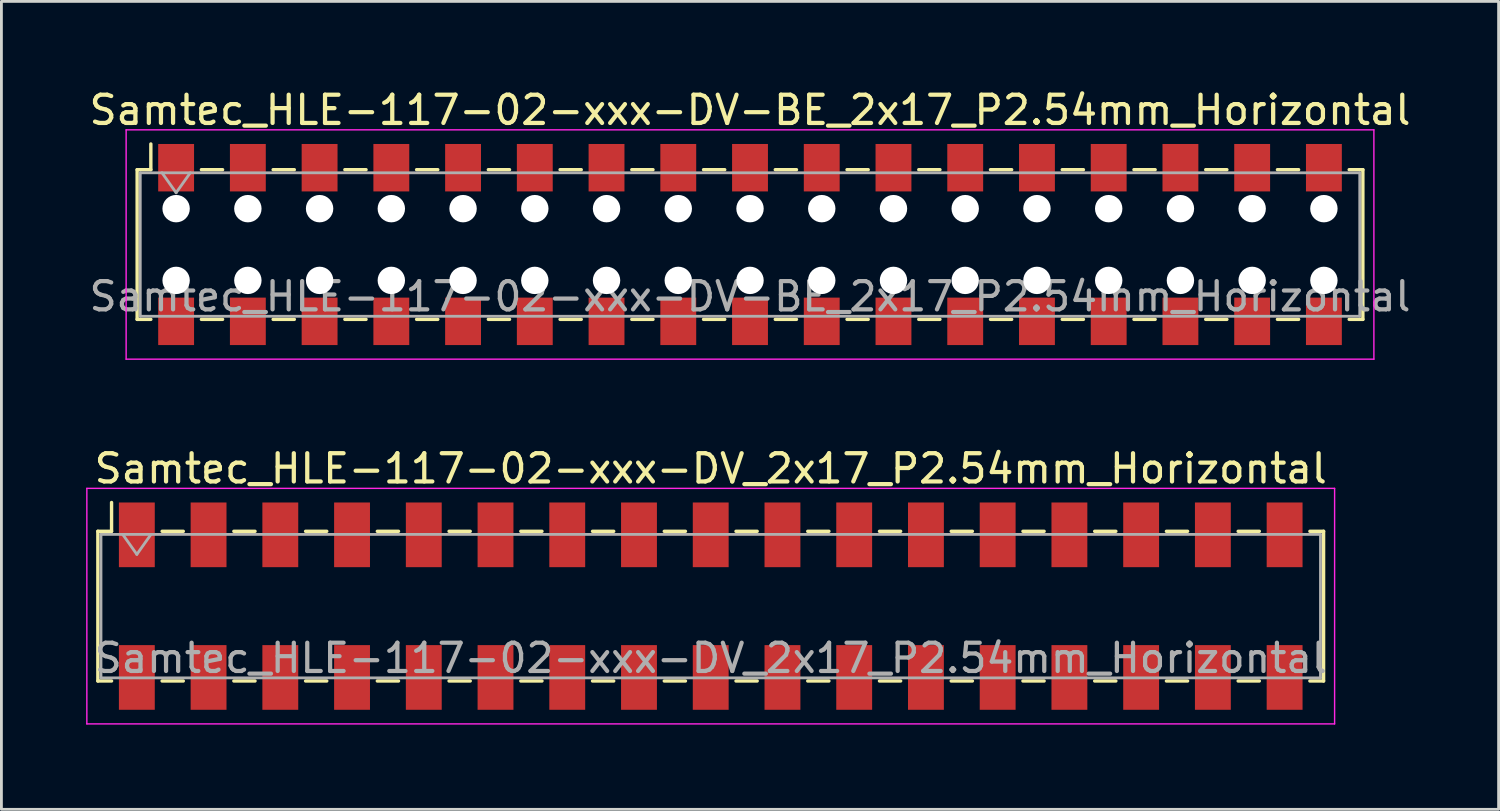
<source format=kicad_pcb>
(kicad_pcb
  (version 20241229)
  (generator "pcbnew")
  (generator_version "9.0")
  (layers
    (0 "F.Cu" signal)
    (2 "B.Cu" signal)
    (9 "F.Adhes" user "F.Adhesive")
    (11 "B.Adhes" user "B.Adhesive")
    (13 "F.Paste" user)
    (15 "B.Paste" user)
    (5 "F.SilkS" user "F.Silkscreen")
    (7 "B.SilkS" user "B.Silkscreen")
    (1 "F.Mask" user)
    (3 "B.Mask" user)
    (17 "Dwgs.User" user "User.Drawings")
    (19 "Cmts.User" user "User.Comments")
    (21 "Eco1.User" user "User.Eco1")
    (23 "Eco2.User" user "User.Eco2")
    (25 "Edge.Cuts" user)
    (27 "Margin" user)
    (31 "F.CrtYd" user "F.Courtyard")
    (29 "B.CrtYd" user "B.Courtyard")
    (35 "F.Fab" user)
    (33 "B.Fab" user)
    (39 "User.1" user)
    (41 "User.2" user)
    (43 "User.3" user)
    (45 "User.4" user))
  (footprint "Samtec_HLE-117-02-xxx-DV-BE_2x17_P2.54mm_Horizontal"
    (layer "F.Cu")
    (at 23.506 5.608)
    (property "Reference" "Samtec_HLE-117-02-xxx-DV-BE_2x17_P2.54mm_Horizontal" (at 0 -4.76 0) (layer "F.SilkS") (effects (font (size 1 1) (thickness 0.15))))
    (attr smd)
    (fp_line (start -21.7 -2.65) (end -21.7 2.65) (stroke (width 0.12) (type solid)) (layer "F.SilkS"))
    (fp_line (start -21.7 2.65) (end -21.215 2.65) (stroke (width 0.12) (type solid)) (layer "F.SilkS"))
    (fp_line (start -21.215 -3.56) (end -21.215 -2.65) (stroke (width 0.12) (type solid)) (layer "F.SilkS"))
    (fp_line (start -21.215 -2.65) (end -21.7 -2.65) (stroke (width 0.12) (type solid)) (layer "F.SilkS"))
    (fp_line (start -19.425 -2.65) (end -18.675 -2.65) (stroke (width 0.12) (type solid)) (layer "F.SilkS"))
    (fp_line (start -19.425 2.65) (end -18.675 2.65) (stroke (width 0.12) (type solid)) (layer "F.SilkS"))
    (fp_line (start -16.885 -2.65) (end -16.135 -2.65) (stroke (width 0.12) (type solid)) (layer "F.SilkS"))
    (fp_line (start -16.885 2.65) (end -16.135 2.65) (stroke (width 0.12) (type solid)) (layer "F.SilkS"))
    (fp_line (start -14.345 -2.65) (end -13.595 -2.65) (stroke (width 0.12) (type solid)) (layer "F.SilkS"))
    (fp_line (start -14.345 2.65) (end -13.595 2.65) (stroke (width 0.12) (type solid)) (layer "F.SilkS"))
    (fp_line (start -11.805 -2.65) (end -11.055 -2.65) (stroke (width 0.12) (type solid)) (layer "F.SilkS"))
    (fp_line (start -11.805 2.65) (end -11.055 2.65) (stroke (width 0.12) (type solid)) (layer "F.SilkS"))
    (fp_line (start -9.265 -2.65) (end -8.515 -2.65) (stroke (width 0.12) (type solid)) (layer "F.SilkS"))
    (fp_line (start -9.265 2.65) (end -8.515 2.65) (stroke (width 0.12) (type solid)) (layer "F.SilkS"))
    (fp_line (start -6.725 -2.65) (end -5.975 -2.65) (stroke (width 0.12) (type solid)) (layer "F.SilkS"))
    (fp_line (start -6.725 2.65) (end -5.975 2.65) (stroke (width 0.12) (type solid)) (layer "F.SilkS"))
    (fp_line (start -4.185 -2.65) (end -3.435 -2.65) (stroke (width 0.12) (type solid)) (layer "F.SilkS"))
    (fp_line (start -4.185 2.65) (end -3.435 2.65) (stroke (width 0.12) (type solid)) (layer "F.SilkS"))
    (fp_line (start -1.645 -2.65) (end -0.895 -2.65) (stroke (width 0.12) (type solid)) (layer "F.SilkS"))
    (fp_line (start -1.645 2.65) (end -0.895 2.65) (stroke (width 0.12) (type solid)) (layer "F.SilkS"))
    (fp_line (start 0.895 -2.65) (end 1.645 -2.65) (stroke (width 0.12) (type solid)) (layer "F.SilkS"))
    (fp_line (start 0.895 2.65) (end 1.645 2.65) (stroke (width 0.12) (type solid)) (layer "F.SilkS"))
    (fp_line (start 3.435 -2.65) (end 4.185 -2.65) (stroke (width 0.12) (type solid)) (layer "F.SilkS"))
    (fp_line (start 3.435 2.65) (end 4.185 2.65) (stroke (width 0.12) (type solid)) (layer "F.SilkS"))
    (fp_line (start 5.975 -2.65) (end 6.725 -2.65) (stroke (width 0.12) (type solid)) (layer "F.SilkS"))
    (fp_line (start 5.975 2.65) (end 6.725 2.65) (stroke (width 0.12) (type solid)) (layer "F.SilkS"))
    (fp_line (start 8.515 -2.65) (end 9.265 -2.65) (stroke (width 0.12) (type solid)) (layer "F.SilkS"))
    (fp_line (start 8.515 2.65) (end 9.265 2.65) (stroke (width 0.12) (type solid)) (layer "F.SilkS"))
    (fp_line (start 11.055 -2.65) (end 11.805 -2.65) (stroke (width 0.12) (type solid)) (layer "F.SilkS"))
    (fp_line (start 11.055 2.65) (end 11.805 2.65) (stroke (width 0.12) (type solid)) (layer "F.SilkS"))
    (fp_line (start 13.595 -2.65) (end 14.345 -2.65) (stroke (width 0.12) (type solid)) (layer "F.SilkS"))
    (fp_line (start 13.595 2.65) (end 14.345 2.65) (stroke (width 0.12) (type solid)) (layer "F.SilkS"))
    (fp_line (start 16.135 -2.65) (end 16.885 -2.65) (stroke (width 0.12) (type solid)) (layer "F.SilkS"))
    (fp_line (start 16.135 2.65) (end 16.885 2.65) (stroke (width 0.12) (type solid)) (layer "F.SilkS"))
    (fp_line (start 18.675 -2.65) (end 19.425 -2.65) (stroke (width 0.12) (type solid)) (layer "F.SilkS"))
    (fp_line (start 18.675 2.65) (end 19.425 2.65) (stroke (width 0.12) (type solid)) (layer "F.SilkS"))
    (fp_line (start 21.215 -2.65) (end 21.7 -2.65) (stroke (width 0.12) (type solid)) (layer "F.SilkS"))
    (fp_line (start 21.7 -2.65) (end 21.7 2.65) (stroke (width 0.12) (type solid)) (layer "F.SilkS"))
    (fp_line (start 21.7 2.65) (end 21.215 2.65) (stroke (width 0.12) (type solid)) (layer "F.SilkS"))
    (fp_line (start -22.09 -4.06) (end 22.09 -4.06) (stroke (width 0.05) (type solid)) (layer "F.CrtYd"))
    (fp_line (start -22.09 4.06) (end -22.09 -4.06) (stroke (width 0.05) (type solid)) (layer "F.CrtYd"))
    (fp_line (start 22.09 -4.06) (end 22.09 4.06) (stroke (width 0.05) (type solid)) (layer "F.CrtYd"))
    (fp_line (start 22.09 4.06) (end -22.09 4.06) (stroke (width 0.05) (type solid)) (layer "F.CrtYd"))
    (fp_line (start -21.59 -2.54) (end 21.59 -2.54) (stroke (width 0.1) (type solid)) (layer "F.Fab"))
    (fp_line (start -21.59 2.54) (end -21.59 -2.54) (stroke (width 0.1) (type solid)) (layer "F.Fab"))
    (fp_line (start -20.82 -2.54) (end -20.32 -1.833) (stroke (width 0.1) (type solid)) (layer "F.Fab"))
    (fp_line (start -20.32 -1.833) (end -19.82 -2.54) (stroke (width 0.1) (type solid)) (layer "F.Fab"))
    (fp_line (start 21.59 -2.54) (end 21.59 2.54) (stroke (width 0.1) (type solid)) (layer "F.Fab"))
    (fp_line (start 21.59 2.54) (end -21.59 2.54) (stroke (width 0.1) (type solid)) (layer "F.Fab"))
    (fp_text user "${REFERENCE}" (at 0 1.84 0) (layer "F.Fab") (effects (font (size 1 1) (thickness 0.15))))
    (pad "" np_thru_hole circle (at -20.32 -1.27) (size 0.97 0.97) (drill 0.97) (layers "*.Cu" "*.Mask"))
    (pad "" np_thru_hole circle (at -20.32 1.27) (size 0.97 0.97) (drill 0.97) (layers "*.Cu" "*.Mask"))
    (pad "" np_thru_hole circle (at -17.78 -1.27) (size 0.97 0.97) (drill 0.97) (layers "*.Cu" "*.Mask"))
    (pad "" np_thru_hole circle (at -17.78 1.27) (size 0.97 0.97) (drill 0.97) (layers "*.Cu" "*.Mask"))
    (pad "" np_thru_hole circle (at -15.24 -1.27) (size 0.97 0.97) (drill 0.97) (layers "*.Cu" "*.Mask"))
    (pad "" np_thru_hole circle (at -15.24 1.27) (size 0.97 0.97) (drill 0.97) (layers "*.Cu" "*.Mask"))
    (pad "" np_thru_hole circle (at -12.7 -1.27) (size 0.97 0.97) (drill 0.97) (layers "*.Cu" "*.Mask"))
    (pad "" np_thru_hole circle (at -12.7 1.27) (size 0.97 0.97) (drill 0.97) (layers "*.Cu" "*.Mask"))
    (pad "" np_thru_hole circle (at -10.16 -1.27) (size 0.97 0.97) (drill 0.97) (layers "*.Cu" "*.Mask"))
    (pad "" np_thru_hole circle (at -10.16 1.27) (size 0.97 0.97) (drill 0.97) (layers "*.Cu" "*.Mask"))
    (pad "" np_thru_hole circle (at -7.62 -1.27) (size 0.97 0.97) (drill 0.97) (layers "*.Cu" "*.Mask"))
    (pad "" np_thru_hole circle (at -7.62 1.27) (size 0.97 0.97) (drill 0.97) (layers "*.Cu" "*.Mask"))
    (pad "" np_thru_hole circle (at -5.08 -1.27) (size 0.97 0.97) (drill 0.97) (layers "*.Cu" "*.Mask"))
    (pad "" np_thru_hole circle (at -5.08 1.27) (size 0.97 0.97) (drill 0.97) (layers "*.Cu" "*.Mask"))
    (pad "" np_thru_hole circle (at -2.54 -1.27) (size 0.97 0.97) (drill 0.97) (layers "*.Cu" "*.Mask"))
    (pad "" np_thru_hole circle (at -2.54 1.27) (size 0.97 0.97) (drill 0.97) (layers "*.Cu" "*.Mask"))
    (pad "" np_thru_hole circle (at 0 -1.27) (size 0.97 0.97) (drill 0.97) (layers "*.Cu" "*.Mask"))
    (pad "" np_thru_hole circle (at 0 1.27) (size 0.97 0.97) (drill 0.97) (layers "*.Cu" "*.Mask"))
    (pad "" np_thru_hole circle (at 2.54 -1.27) (size 0.97 0.97) (drill 0.97) (layers "*.Cu" "*.Mask"))
    (pad "" np_thru_hole circle (at 2.54 1.27) (size 0.97 0.97) (drill 0.97) (layers "*.Cu" "*.Mask"))
    (pad "" np_thru_hole circle (at 5.08 -1.27) (size 0.97 0.97) (drill 0.97) (layers "*.Cu" "*.Mask"))
    (pad "" np_thru_hole circle (at 5.08 1.27) (size 0.97 0.97) (drill 0.97) (layers "*.Cu" "*.Mask"))
    (pad "" np_thru_hole circle (at 7.62 -1.27) (size 0.97 0.97) (drill 0.97) (layers "*.Cu" "*.Mask"))
    (pad "" np_thru_hole circle (at 7.62 1.27) (size 0.97 0.97) (drill 0.97) (layers "*.Cu" "*.Mask"))
    (pad "" np_thru_hole circle (at 10.16 -1.27) (size 0.97 0.97) (drill 0.97) (layers "*.Cu" "*.Mask"))
    (pad "" np_thru_hole circle (at 10.16 1.27) (size 0.97 0.97) (drill 0.97) (layers "*.Cu" "*.Mask"))
    (pad "" np_thru_hole circle (at 12.7 -1.27) (size 0.97 0.97) (drill 0.97) (layers "*.Cu" "*.Mask"))
    (pad "" np_thru_hole circle (at 12.7 1.27) (size 0.97 0.97) (drill 0.97) (layers "*.Cu" "*.Mask"))
    (pad "" np_thru_hole circle (at 15.24 -1.27) (size 0.97 0.97) (drill 0.97) (layers "*.Cu" "*.Mask"))
    (pad "" np_thru_hole circle (at 15.24 1.27) (size 0.97 0.97) (drill 0.97) (layers "*.Cu" "*.Mask"))
    (pad "" np_thru_hole circle (at 17.78 -1.27) (size 0.97 0.97) (drill 0.97) (layers "*.Cu" "*.Mask"))
    (pad "" np_thru_hole circle (at 17.78 1.27) (size 0.97 0.97) (drill 0.97) (layers "*.Cu" "*.Mask"))
    (pad "" np_thru_hole circle (at 20.32 -1.27) (size 0.97 0.97) (drill 0.97) (layers "*.Cu" "*.Mask"))
    (pad "" np_thru_hole circle (at 20.32 1.27) (size 0.97 0.97) (drill 0.97) (layers "*.Cu" "*.Mask"))
    (pad "1" smd rect (at -20.32 -2.72) (size 1.27 1.68) (layers "F.Cu" "F.Mask" "F.Paste"))
    (pad "2" smd rect (at -20.32 2.72) (size 1.27 1.68) (layers "F.Cu" "F.Mask" "F.Paste"))
    (pad "3" smd rect (at -17.78 -2.72) (size 1.27 1.68) (layers "F.Cu" "F.Mask" "F.Paste"))
    (pad "4" smd rect (at -17.78 2.72) (size 1.27 1.68) (layers "F.Cu" "F.Mask" "F.Paste"))
    (pad "5" smd rect (at -15.24 -2.72) (size 1.27 1.68) (layers "F.Cu" "F.Mask" "F.Paste"))
    (pad "6" smd rect (at -15.24 2.72) (size 1.27 1.68) (layers "F.Cu" "F.Mask" "F.Paste"))
    (pad "7" smd rect (at -12.7 -2.72) (size 1.27 1.68) (layers "F.Cu" "F.Mask" "F.Paste"))
    (pad "8" smd rect (at -12.7 2.72) (size 1.27 1.68) (layers "F.Cu" "F.Mask" "F.Paste"))
    (pad "9" smd rect (at -10.16 -2.72) (size 1.27 1.68) (layers "F.Cu" "F.Mask" "F.Paste"))
    (pad "10" smd rect (at -10.16 2.72) (size 1.27 1.68) (layers "F.Cu" "F.Mask" "F.Paste"))
    (pad "11" smd rect (at -7.62 -2.72) (size 1.27 1.68) (layers "F.Cu" "F.Mask" "F.Paste"))
    (pad "12" smd rect (at -7.62 2.72) (size 1.27 1.68) (layers "F.Cu" "F.Mask" "F.Paste"))
    (pad "13" smd rect (at -5.08 -2.72) (size 1.27 1.68) (layers "F.Cu" "F.Mask" "F.Paste"))
    (pad "14" smd rect (at -5.08 2.72) (size 1.27 1.68) (layers "F.Cu" "F.Mask" "F.Paste"))
    (pad "15" smd rect (at -2.54 -2.72) (size 1.27 1.68) (layers "F.Cu" "F.Mask" "F.Paste"))
    (pad "16" smd rect (at -2.54 2.72) (size 1.27 1.68) (layers "F.Cu" "F.Mask" "F.Paste"))
    (pad "17" smd rect (at 0 -2.72) (size 1.27 1.68) (layers "F.Cu" "F.Mask" "F.Paste"))
    (pad "18" smd rect (at 0 2.72) (size 1.27 1.68) (layers "F.Cu" "F.Mask" "F.Paste"))
    (pad "19" smd rect (at 2.54 -2.72) (size 1.27 1.68) (layers "F.Cu" "F.Mask" "F.Paste"))
    (pad "20" smd rect (at 2.54 2.72) (size 1.27 1.68) (layers "F.Cu" "F.Mask" "F.Paste"))
    (pad "21" smd rect (at 5.08 -2.72) (size 1.27 1.68) (layers "F.Cu" "F.Mask" "F.Paste"))
    (pad "22" smd rect (at 5.08 2.72) (size 1.27 1.68) (layers "F.Cu" "F.Mask" "F.Paste"))
    (pad "23" smd rect (at 7.62 -2.72) (size 1.27 1.68) (layers "F.Cu" "F.Mask" "F.Paste"))
    (pad "24" smd rect (at 7.62 2.72) (size 1.27 1.68) (layers "F.Cu" "F.Mask" "F.Paste"))
    (pad "25" smd rect (at 10.16 -2.72) (size 1.27 1.68) (layers "F.Cu" "F.Mask" "F.Paste"))
    (pad "26" smd rect (at 10.16 2.72) (size 1.27 1.68) (layers "F.Cu" "F.Mask" "F.Paste"))
    (pad "27" smd rect (at 12.7 -2.72) (size 1.27 1.68) (layers "F.Cu" "F.Mask" "F.Paste"))
    (pad "28" smd rect (at 12.7 2.72) (size 1.27 1.68) (layers "F.Cu" "F.Mask" "F.Paste"))
    (pad "29" smd rect (at 15.24 -2.72) (size 1.27 1.68) (layers "F.Cu" "F.Mask" "F.Paste"))
    (pad "30" smd rect (at 15.24 2.72) (size 1.27 1.68) (layers "F.Cu" "F.Mask" "F.Paste"))
    (pad "31" smd rect (at 17.78 -2.72) (size 1.27 1.68) (layers "F.Cu" "F.Mask" "F.Paste"))
    (pad "32" smd rect (at 17.78 2.72) (size 1.27 1.68) (layers "F.Cu" "F.Mask" "F.Paste"))
    (pad "33" smd rect (at 20.32 -2.72) (size 1.27 1.68) (layers "F.Cu" "F.Mask" "F.Paste"))
    (pad "34" smd rect (at 20.32 2.72) (size 1.27 1.68) (layers "F.Cu" "F.Mask" "F.Paste")))
  (footprint "Samtec_HLE-117-02-xxx-DV_2x17_P2.54mm_Horizontal"
    (layer "F.Cu")
    (at 22.115 18.412)
    (property "Reference" "Samtec_HLE-117-02-xxx-DV_2x17_P2.54mm_Horizontal" (at 0 -4.87 0) (layer "F.SilkS") (effects (font (size 1 1) (thickness 0.15))))
    (attr smd)
    (fp_line (start -21.7 -2.65) (end -21.7 2.65) (stroke (width 0.12) (type solid)) (layer "F.SilkS"))
    (fp_line (start -21.7 2.65) (end -21.215 2.65) (stroke (width 0.12) (type solid)) (layer "F.SilkS"))
    (fp_line (start -21.215 -3.67) (end -21.215 -2.65) (stroke (width 0.12) (type solid)) (layer "F.SilkS"))
    (fp_line (start -21.215 -2.65) (end -21.7 -2.65) (stroke (width 0.12) (type solid)) (layer "F.SilkS"))
    (fp_line (start -19.425 -2.65) (end -18.675 -2.65) (stroke (width 0.12) (type solid)) (layer "F.SilkS"))
    (fp_line (start -19.425 2.65) (end -18.675 2.65) (stroke (width 0.12) (type solid)) (layer "F.SilkS"))
    (fp_line (start -16.885 -2.65) (end -16.135 -2.65) (stroke (width 0.12) (type solid)) (layer "F.SilkS"))
    (fp_line (start -16.885 2.65) (end -16.135 2.65) (stroke (width 0.12) (type solid)) (layer "F.SilkS"))
    (fp_line (start -14.345 -2.65) (end -13.595 -2.65) (stroke (width 0.12) (type solid)) (layer "F.SilkS"))
    (fp_line (start -14.345 2.65) (end -13.595 2.65) (stroke (width 0.12) (type solid)) (layer "F.SilkS"))
    (fp_line (start -11.805 -2.65) (end -11.055 -2.65) (stroke (width 0.12) (type solid)) (layer "F.SilkS"))
    (fp_line (start -11.805 2.65) (end -11.055 2.65) (stroke (width 0.12) (type solid)) (layer "F.SilkS"))
    (fp_line (start -9.265 -2.65) (end -8.515 -2.65) (stroke (width 0.12) (type solid)) (layer "F.SilkS"))
    (fp_line (start -9.265 2.65) (end -8.515 2.65) (stroke (width 0.12) (type solid)) (layer "F.SilkS"))
    (fp_line (start -6.725 -2.65) (end -5.975 -2.65) (stroke (width 0.12) (type solid)) (layer "F.SilkS"))
    (fp_line (start -6.725 2.65) (end -5.975 2.65) (stroke (width 0.12) (type solid)) (layer "F.SilkS"))
    (fp_line (start -4.185 -2.65) (end -3.435 -2.65) (stroke (width 0.12) (type solid)) (layer "F.SilkS"))
    (fp_line (start -4.185 2.65) (end -3.435 2.65) (stroke (width 0.12) (type solid)) (layer "F.SilkS"))
    (fp_line (start -1.645 -2.65) (end -0.895 -2.65) (stroke (width 0.12) (type solid)) (layer "F.SilkS"))
    (fp_line (start -1.645 2.65) (end -0.895 2.65) (stroke (width 0.12) (type solid)) (layer "F.SilkS"))
    (fp_line (start 0.895 -2.65) (end 1.645 -2.65) (stroke (width 0.12) (type solid)) (layer "F.SilkS"))
    (fp_line (start 0.895 2.65) (end 1.645 2.65) (stroke (width 0.12) (type solid)) (layer "F.SilkS"))
    (fp_line (start 3.435 -2.65) (end 4.185 -2.65) (stroke (width 0.12) (type solid)) (layer "F.SilkS"))
    (fp_line (start 3.435 2.65) (end 4.185 2.65) (stroke (width 0.12) (type solid)) (layer "F.SilkS"))
    (fp_line (start 5.975 -2.65) (end 6.725 -2.65) (stroke (width 0.12) (type solid)) (layer "F.SilkS"))
    (fp_line (start 5.975 2.65) (end 6.725 2.65) (stroke (width 0.12) (type solid)) (layer "F.SilkS"))
    (fp_line (start 8.515 -2.65) (end 9.265 -2.65) (stroke (width 0.12) (type solid)) (layer "F.SilkS"))
    (fp_line (start 8.515 2.65) (end 9.265 2.65) (stroke (width 0.12) (type solid)) (layer "F.SilkS"))
    (fp_line (start 11.055 -2.65) (end 11.805 -2.65) (stroke (width 0.12) (type solid)) (layer "F.SilkS"))
    (fp_line (start 11.055 2.65) (end 11.805 2.65) (stroke (width 0.12) (type solid)) (layer "F.SilkS"))
    (fp_line (start 13.595 -2.65) (end 14.345 -2.65) (stroke (width 0.12) (type solid)) (layer "F.SilkS"))
    (fp_line (start 13.595 2.65) (end 14.345 2.65) (stroke (width 0.12) (type solid)) (layer "F.SilkS"))
    (fp_line (start 16.135 -2.65) (end 16.885 -2.65) (stroke (width 0.12) (type solid)) (layer "F.SilkS"))
    (fp_line (start 16.135 2.65) (end 16.885 2.65) (stroke (width 0.12) (type solid)) (layer "F.SilkS"))
    (fp_line (start 18.675 -2.65) (end 19.425 -2.65) (stroke (width 0.12) (type solid)) (layer "F.SilkS"))
    (fp_line (start 18.675 2.65) (end 19.425 2.65) (stroke (width 0.12) (type solid)) (layer "F.SilkS"))
    (fp_line (start 21.215 -2.65) (end 21.7 -2.65) (stroke (width 0.12) (type solid)) (layer "F.SilkS"))
    (fp_line (start 21.7 -2.65) (end 21.7 2.65) (stroke (width 0.12) (type solid)) (layer "F.SilkS"))
    (fp_line (start 21.7 2.65) (end 21.215 2.65) (stroke (width 0.12) (type solid)) (layer "F.SilkS"))
    (fp_line (start -22.09 -4.17) (end 22.09 -4.17) (stroke (width 0.05) (type solid)) (layer "F.CrtYd"))
    (fp_line (start -22.09 4.17) (end -22.09 -4.17) (stroke (width 0.05) (type solid)) (layer "F.CrtYd"))
    (fp_line (start 22.09 -4.17) (end 22.09 4.17) (stroke (width 0.05) (type solid)) (layer "F.CrtYd"))
    (fp_line (start 22.09 4.17) (end -22.09 4.17) (stroke (width 0.05) (type solid)) (layer "F.CrtYd"))
    (fp_line (start -21.59 -2.54) (end 21.59 -2.54) (stroke (width 0.1) (type solid)) (layer "F.Fab"))
    (fp_line (start -21.59 2.54) (end -21.59 -2.54) (stroke (width 0.1) (type solid)) (layer "F.Fab"))
    (fp_line (start -20.82 -2.54) (end -20.32 -1.833) (stroke (width 0.1) (type solid)) (layer "F.Fab"))
    (fp_line (start -20.32 -1.833) (end -19.82 -2.54) (stroke (width 0.1) (type solid)) (layer "F.Fab"))
    (fp_line (start 21.59 -2.54) (end 21.59 2.54) (stroke (width 0.1) (type solid)) (layer "F.Fab"))
    (fp_line (start 21.59 2.54) (end -21.59 2.54) (stroke (width 0.1) (type solid)) (layer "F.Fab"))
    (fp_text user "${REFERENCE}" (at 0 1.84 0) (layer "F.Fab") (effects (font (size 1 1) (thickness 0.15))))
    (pad "1" smd rect (at -20.32 -2.525) (size 1.27 2.29) (layers "F.Cu" "F.Mask" "F.Paste"))
    (pad "2" smd rect (at -20.32 2.525) (size 1.27 2.29) (layers "F.Cu" "F.Mask" "F.Paste"))
    (pad "3" smd rect (at -17.78 -2.525) (size 1.27 2.29) (layers "F.Cu" "F.Mask" "F.Paste"))
    (pad "4" smd rect (at -17.78 2.525) (size 1.27 2.29) (layers "F.Cu" "F.Mask" "F.Paste"))
    (pad "5" smd rect (at -15.24 -2.525) (size 1.27 2.29) (layers "F.Cu" "F.Mask" "F.Paste"))
    (pad "6" smd rect (at -15.24 2.525) (size 1.27 2.29) (layers "F.Cu" "F.Mask" "F.Paste"))
    (pad "7" smd rect (at -12.7 -2.525) (size 1.27 2.29) (layers "F.Cu" "F.Mask" "F.Paste"))
    (pad "8" smd rect (at -12.7 2.525) (size 1.27 2.29) (layers "F.Cu" "F.Mask" "F.Paste"))
    (pad "9" smd rect (at -10.16 -2.525) (size 1.27 2.29) (layers "F.Cu" "F.Mask" "F.Paste"))
    (pad "10" smd rect (at -10.16 2.525) (size 1.27 2.29) (layers "F.Cu" "F.Mask" "F.Paste"))
    (pad "11" smd rect (at -7.62 -2.525) (size 1.27 2.29) (layers "F.Cu" "F.Mask" "F.Paste"))
    (pad "12" smd rect (at -7.62 2.525) (size 1.27 2.29) (layers "F.Cu" "F.Mask" "F.Paste"))
    (pad "13" smd rect (at -5.08 -2.525) (size 1.27 2.29) (layers "F.Cu" "F.Mask" "F.Paste"))
    (pad "14" smd rect (at -5.08 2.525) (size 1.27 2.29) (layers "F.Cu" "F.Mask" "F.Paste"))
    (pad "15" smd rect (at -2.54 -2.525) (size 1.27 2.29) (layers "F.Cu" "F.Mask" "F.Paste"))
    (pad "16" smd rect (at -2.54 2.525) (size 1.27 2.29) (layers "F.Cu" "F.Mask" "F.Paste"))
    (pad "17" smd rect (at 0 -2.525) (size 1.27 2.29) (layers "F.Cu" "F.Mask" "F.Paste"))
    (pad "18" smd rect (at 0 2.525) (size 1.27 2.29) (layers "F.Cu" "F.Mask" "F.Paste"))
    (pad "19" smd rect (at 2.54 -2.525) (size 1.27 2.29) (layers "F.Cu" "F.Mask" "F.Paste"))
    (pad "20" smd rect (at 2.54 2.525) (size 1.27 2.29) (layers "F.Cu" "F.Mask" "F.Paste"))
    (pad "21" smd rect (at 5.08 -2.525) (size 1.27 2.29) (layers "F.Cu" "F.Mask" "F.Paste"))
    (pad "22" smd rect (at 5.08 2.525) (size 1.27 2.29) (layers "F.Cu" "F.Mask" "F.Paste"))
    (pad "23" smd rect (at 7.62 -2.525) (size 1.27 2.29) (layers "F.Cu" "F.Mask" "F.Paste"))
    (pad "24" smd rect (at 7.62 2.525) (size 1.27 2.29) (layers "F.Cu" "F.Mask" "F.Paste"))
    (pad "25" smd rect (at 10.16 -2.525) (size 1.27 2.29) (layers "F.Cu" "F.Mask" "F.Paste"))
    (pad "26" smd rect (at 10.16 2.525) (size 1.27 2.29) (layers "F.Cu" "F.Mask" "F.Paste"))
    (pad "27" smd rect (at 12.7 -2.525) (size 1.27 2.29) (layers "F.Cu" "F.Mask" "F.Paste"))
    (pad "28" smd rect (at 12.7 2.525) (size 1.27 2.29) (layers "F.Cu" "F.Mask" "F.Paste"))
    (pad "29" smd rect (at 15.24 -2.525) (size 1.27 2.29) (layers "F.Cu" "F.Mask" "F.Paste"))
    (pad "30" smd rect (at 15.24 2.525) (size 1.27 2.29) (layers "F.Cu" "F.Mask" "F.Paste"))
    (pad "31" smd rect (at 17.78 -2.525) (size 1.27 2.29) (layers "F.Cu" "F.Mask" "F.Paste"))
    (pad "32" smd rect (at 17.78 2.525) (size 1.27 2.29) (layers "F.Cu" "F.Mask" "F.Paste"))
    (pad "33" smd rect (at 20.32 -2.525) (size 1.27 2.29) (layers "F.Cu" "F.Mask" "F.Paste"))
    (pad "34" smd rect (at 20.32 2.525) (size 1.27 2.29) (layers "F.Cu" "F.Mask" "F.Paste")))
  (gr_rect
    (start -3 -3)
    (end 50.012 25.607)
    (stroke (width 0.1) (type default))
    (fill no)
    (layer "Edge.Cuts")))
</source>
